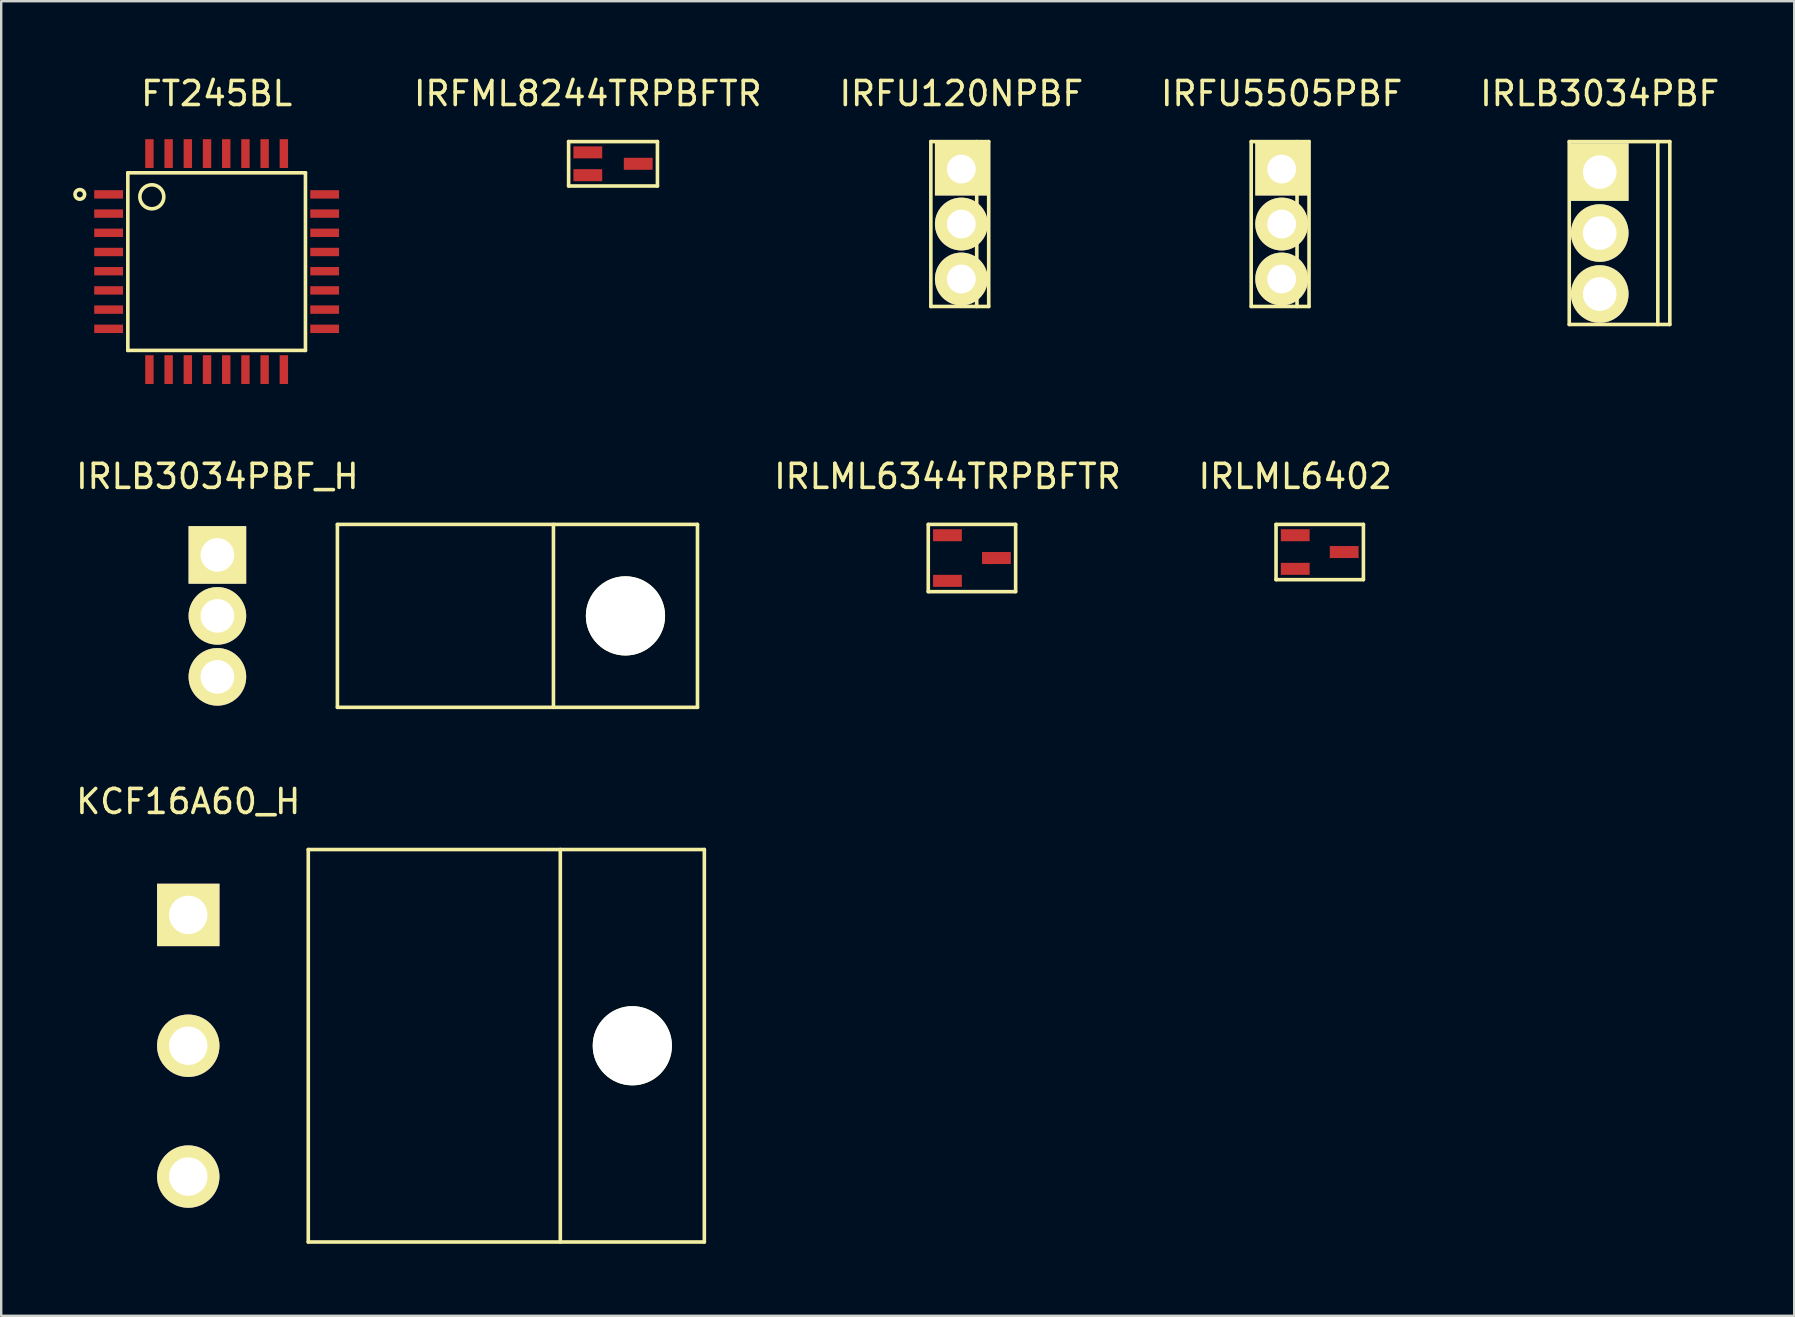
<source format=kicad_pcb>
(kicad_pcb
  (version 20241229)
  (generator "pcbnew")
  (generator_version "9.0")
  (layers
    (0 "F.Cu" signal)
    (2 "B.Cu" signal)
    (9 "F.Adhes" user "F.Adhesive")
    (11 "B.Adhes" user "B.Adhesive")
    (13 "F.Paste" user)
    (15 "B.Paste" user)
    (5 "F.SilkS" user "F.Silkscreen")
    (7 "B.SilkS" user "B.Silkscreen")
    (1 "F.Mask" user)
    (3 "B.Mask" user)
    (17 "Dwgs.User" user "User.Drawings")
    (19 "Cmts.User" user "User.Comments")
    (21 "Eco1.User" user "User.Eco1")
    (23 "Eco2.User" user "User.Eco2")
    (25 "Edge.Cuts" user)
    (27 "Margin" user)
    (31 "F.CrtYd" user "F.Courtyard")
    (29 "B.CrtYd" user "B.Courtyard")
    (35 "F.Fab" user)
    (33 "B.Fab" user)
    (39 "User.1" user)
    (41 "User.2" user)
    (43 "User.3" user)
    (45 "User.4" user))
  (footprint "KCF16A60_H"
    (layer "F.Cu")
    (at 4.792 35.065)
    (property "Reference" "KCF16A60_H" (at 0 -4.725 0) (layer "F.SilkS") (effects (font (size 1 1) (thickness 0.15))))
    (attr through_hole)
    (fp_line (start 5 -2.725) (end 5 13.625) (stroke (width 0.15) (type solid)) (layer "F.SilkS"))
    (fp_line (start 5 -2.725) (end 21.5 -2.725) (stroke (width 0.15) (type solid)) (layer "F.SilkS"))
    (fp_line (start 5 13.625) (end 21.5 13.625) (stroke (width 0.15) (type solid)) (layer "F.SilkS"))
    (fp_line (start 15.5 -2.725) (end 15.5 13.625) (stroke (width 0.15) (type solid)) (layer "F.SilkS"))
    (fp_line (start 21.5 -2.725) (end 21.5 13.625) (stroke (width 0.15) (type solid)) (layer "F.SilkS"))
    (pad "" np_thru_hole circle (at 18.5 5.45) (size 3.3 3.3) (drill 3.3) (layers "*.Cu" "*.Mask" "F.SilkS"))
    (pad "1" thru_hole rect (at 0 0) (size 2.6 2.6) (drill 1.6) (layers "*.Cu" "*.Mask" "F.SilkS"))
    (pad "2" thru_hole circle (at 0 5.45) (size 2.6 2.6) (drill 1.6) (layers "*.Cu" "*.Mask" "F.SilkS"))
    (pad "3" thru_hole circle (at 0 10.9) (size 2.6 2.6) (drill 1.6) (layers "*.Cu" "*.Mask" "F.SilkS")))
  (footprint "IRLML6402"
    (layer "F.Cu")
    (at 50.908 19.247)
    (property "Reference" "IRLML6402" (at 0 -2.45 0) (layer "F.SilkS") (effects (font (size 1 1) (thickness 0.15))))
    (attr through_hole)
    (fp_line (start -0.8 -0.45) (end -0.8 1.85) (stroke (width 0.15) (type solid)) (layer "F.SilkS"))
    (fp_line (start -0.8 -0.45) (end 2.84 -0.45) (stroke (width 0.15) (type solid)) (layer "F.SilkS"))
    (fp_line (start -0.8 1.85) (end 2.84 1.85) (stroke (width 0.15) (type solid)) (layer "F.SilkS"))
    (fp_line (start 2.84 1.85) (end 2.84 -0.45) (stroke (width 0.15) (type solid)) (layer "F.SilkS"))
    (pad "1" smd rect (at 0 0) (size 1.2 0.5) (layers "F.Cu" "F.Mask" "F.Paste"))
    (pad "2" smd rect (at 0 1.4) (size 1.2 0.5) (layers "F.Cu" "F.Mask" "F.Paste"))
    (pad "3" smd rect (at 2.04 0.7) (size 1.2 0.5) (layers "F.Cu" "F.Mask" "F.Paste")))
  (footprint "IRLML6344TRPBFTR"
    (layer "F.Cu")
    (at 36.42 19.247)
    (property "Reference" "IRLML6344TRPBFTR" (at 0 -2.45 0) (layer "F.SilkS") (effects (font (size 1 1) (thickness 0.15))))
    (attr through_hole)
    (fp_line (start -0.8 -0.45) (end -0.8 2.35) (stroke (width 0.15) (type solid)) (layer "F.SilkS"))
    (fp_line (start -0.8 -0.45) (end 2.84 -0.45) (stroke (width 0.15) (type solid)) (layer "F.SilkS"))
    (fp_line (start -0.8 2.35) (end 2.84 2.35) (stroke (width 0.15) (type solid)) (layer "F.SilkS"))
    (fp_line (start 2.84 2.35) (end 2.84 -0.45) (stroke (width 0.15) (type solid)) (layer "F.SilkS"))
    (pad "1" smd rect (at 0 0) (size 1.2 0.5) (layers "F.Cu" "F.Mask" "F.Paste"))
    (pad "2" smd rect (at 0 1.9) (size 1.2 0.5) (layers "F.Cu" "F.Mask" "F.Paste"))
    (pad "3" smd rect (at 2.04 0.95) (size 1.2 0.5) (layers "F.Cu" "F.Mask" "F.Paste")))
  (footprint "IRFU120NPBF"
    (layer "F.Cu")
    (at 36.998 3.993)
    (property "Reference" "IRFU120NPBF" (at 0 -3.145 0) (layer "F.SilkS") (effects (font (size 1 1) (thickness 0.15))))
    (attr through_hole)
    (fp_line (start -1.27 -1.145) (end -1.27 5.725) (stroke (width 0.15) (type solid)) (layer "F.SilkS"))
    (fp_line (start -1.27 -1.145) (end 1.14 -1.145) (stroke (width 0.15) (type solid)) (layer "F.SilkS"))
    (fp_line (start -1.27 5.725) (end 1.14 5.725) (stroke (width 0.15) (type solid)) (layer "F.SilkS"))
    (fp_line (start 0.64 -1.145) (end 0.64 5.725) (stroke (width 0.15) (type solid)) (layer "F.SilkS"))
    (fp_line (start 1.14 -1.145) (end 1.14 5.725) (stroke (width 0.15) (type solid)) (layer "F.SilkS"))
    (pad "1" thru_hole rect (at 0 0) (size 2.2 2.2) (drill 1.2) (layers "*.Cu" "*.Mask" "F.SilkS"))
    (pad "2" thru_hole circle (at 0 2.29) (size 2.2 2.2) (drill 1.2) (layers "*.Cu" "*.Mask" "F.SilkS"))
    (pad "3" thru_hole circle (at 0 4.58) (size 2.2 2.2) (drill 1.2) (layers "*.Cu" "*.Mask" "F.SilkS")))
  (footprint "IRLB3034PBF_H"
    (layer "F.Cu")
    (at 6.006 20.067)
    (property "Reference" "IRLB3034PBF_H" (at 0 -3.27 0) (layer "F.SilkS") (effects (font (size 1 1) (thickness 0.15))))
    (attr through_hole)
    (fp_line (start 5 -1.27) (end 5 6.35) (stroke (width 0.15) (type solid)) (layer "F.SilkS"))
    (fp_line (start 5 -1.27) (end 20 -1.27) (stroke (width 0.15) (type solid)) (layer "F.SilkS"))
    (fp_line (start 5 6.35) (end 20 6.35) (stroke (width 0.15) (type solid)) (layer "F.SilkS"))
    (fp_line (start 14 -1.27) (end 14 6.35) (stroke (width 0.15) (type solid)) (layer "F.SilkS"))
    (fp_line (start 20 -1.27) (end 20 6.35) (stroke (width 0.15) (type solid)) (layer "F.SilkS"))
    (pad "" np_thru_hole circle (at 17 2.54) (size 3.3 3.3) (drill 3.3) (layers "*.Cu" "*.Mask" "F.SilkS"))
    (pad "1" thru_hole rect (at 0 0) (size 2.4 2.4) (drill 1.4) (layers "*.Cu" "*.Mask" "F.SilkS"))
    (pad "2" thru_hole circle (at 0 2.54) (size 2.4 2.4) (drill 1.4) (layers "*.Cu" "*.Mask" "F.SilkS"))
    (pad "3" thru_hole circle (at 0 5.08) (size 2.4 2.4) (drill 1.4) (layers "*.Cu" "*.Mask" "F.SilkS")))
  (footprint "IRFML8244TRPBFTR"
    (layer "F.Cu")
    (at 21.438 3.298)
    (property "Reference" "IRFML8244TRPBFTR" (at 0 -2.45 0) (layer "F.SilkS") (effects (font (size 1 1) (thickness 0.15))))
    (attr through_hole)
    (fp_line (start -0.8 -0.45) (end -0.8 1.4) (stroke (width 0.15) (type solid)) (layer "F.SilkS"))
    (fp_line (start -0.8 -0.45) (end 2.9 -0.45) (stroke (width 0.15) (type solid)) (layer "F.SilkS"))
    (fp_line (start -0.8 1.4) (end 2.9 1.4) (stroke (width 0.15) (type solid)) (layer "F.SilkS"))
    (fp_line (start 2.9 1.4) (end 2.9 -0.45) (stroke (width 0.15) (type solid)) (layer "F.SilkS"))
    (pad "1" smd rect (at 0 0) (size 1.2 0.5) (layers "F.Cu" "F.Mask" "F.Paste"))
    (pad "2" smd rect (at 0 0.95) (size 1.2 0.5) (layers "F.Cu" "F.Mask" "F.Paste"))
    (pad "3" smd rect (at 2.1 0.475) (size 1.2 0.5) (layers "F.Cu" "F.Mask" "F.Paste")))
  (footprint "IRFU5505PBF"
    (layer "F.Cu")
    (at 50.343 3.993)
    (property "Reference" "IRFU5505PBF" (at 0 -3.145 0) (layer "F.SilkS") (effects (font (size 1 1) (thickness 0.15))))
    (attr through_hole)
    (fp_line (start -1.27 -1.145) (end -1.27 5.725) (stroke (width 0.15) (type solid)) (layer "F.SilkS"))
    (fp_line (start -1.27 -1.145) (end 1.14 -1.145) (stroke (width 0.15) (type solid)) (layer "F.SilkS"))
    (fp_line (start -1.27 5.725) (end 1.14 5.725) (stroke (width 0.15) (type solid)) (layer "F.SilkS"))
    (fp_line (start 0.64 -1.145) (end 0.64 5.725) (stroke (width 0.15) (type solid)) (layer "F.SilkS"))
    (fp_line (start 1.14 -1.145) (end 1.14 5.725) (stroke (width 0.15) (type solid)) (layer "F.SilkS"))
    (pad "1" thru_hole rect (at 0 0) (size 2.2 2.2) (drill 1.2) (layers "*.Cu" "*.Mask" "F.SilkS"))
    (pad "2" thru_hole circle (at 0 2.29) (size 2.2 2.2) (drill 1.2) (layers "*.Cu" "*.Mask" "F.SilkS"))
    (pad "3" thru_hole circle (at 0 4.58) (size 2.2 2.2) (drill 1.2) (layers "*.Cu" "*.Mask" "F.SilkS")))
  (footprint "FT245BL"
    (layer "F.Cu")
    (at 1.475 3.348)
    (property "Reference" "FT245BL" (at 4.5 -2.5 0) (layer "F.SilkS") (effects (font (size 1 1) (thickness 0.15))))
    (attr through_hole)
    (fp_line (start 0.8 0.8) (end 0.8 8.2) (stroke (width 0.15) (type solid)) (layer "F.SilkS"))
    (fp_line (start 0.8 0.8) (end 8.2 0.8) (stroke (width 0.15) (type solid)) (layer "F.SilkS"))
    (fp_line (start 0.8 8.2) (end 8.2 8.2) (stroke (width 0.15) (type solid)) (layer "F.SilkS"))
    (fp_line (start 8.2 8.2) (end 8.2 0.8) (stroke (width 0.15) (type solid)) (layer "F.SilkS"))
    (fp_circle (center -1.2 1.7) (end -1.2 1.5) (stroke (width 0.15) (type solid)) (fill no) (layer "F.SilkS"))
    (fp_circle (center 1.8 1.8) (end 1.8 1.3) (stroke (width 0.15) (type solid)) (fill no) (layer "F.SilkS"))
    (pad "1" smd rect (at 0 1.7) (size 1.2 0.35) (layers "F.Cu" "F.Mask" "F.Paste"))
    (pad "2" smd rect (at 0 2.5) (size 1.2 0.35) (layers "F.Cu" "F.Mask" "F.Paste"))
    (pad "3" smd rect (at 0 3.3) (size 1.2 0.35) (layers "F.Cu" "F.Mask" "F.Paste"))
    (pad "4" smd rect (at 0 4.1) (size 1.2 0.35) (layers "F.Cu" "F.Mask" "F.Paste"))
    (pad "5" smd rect (at 0 4.9) (size 1.2 0.35) (layers "F.Cu" "F.Mask" "F.Paste"))
    (pad "6" smd rect (at 0 5.7) (size 1.2 0.35) (layers "F.Cu" "F.Mask" "F.Paste"))
    (pad "7" smd rect (at 0 6.5) (size 1.2 0.35) (layers "F.Cu" "F.Mask" "F.Paste"))
    (pad "8" smd rect (at 0 7.3) (size 1.2 0.35) (layers "F.Cu" "F.Mask" "F.Paste"))
    (pad "9" smd rect (at 1.7 9) (size 0.35 1.2) (layers "F.Cu" "F.Mask" "F.Paste"))
    (pad "10" smd rect (at 2.5 9) (size 0.35 1.2) (layers "F.Cu" "F.Mask" "F.Paste"))
    (pad "11" smd rect (at 3.3 9) (size 0.35 1.2) (layers "F.Cu" "F.Mask" "F.Paste"))
    (pad "12" smd rect (at 4.1 9) (size 0.35 1.2) (layers "F.Cu" "F.Mask" "F.Paste"))
    (pad "13" smd rect (at 4.9 9) (size 0.35 1.2) (layers "F.Cu" "F.Mask" "F.Paste"))
    (pad "14" smd rect (at 5.7 9) (size 0.35 1.2) (layers "F.Cu" "F.Mask" "F.Paste"))
    (pad "15" smd rect (at 6.5 9) (size 0.35 1.2) (layers "F.Cu" "F.Mask" "F.Paste"))
    (pad "16" smd rect (at 7.3 9) (size 0.35 1.2) (layers "F.Cu" "F.Mask" "F.Paste"))
    (pad "17" smd rect (at 9 7.3) (size 1.2 0.35) (layers "F.Cu" "F.Mask" "F.Paste"))
    (pad "18" smd rect (at 9 6.5) (size 1.2 0.35) (layers "F.Cu" "F.Mask" "F.Paste"))
    (pad "19" smd rect (at 9 5.7) (size 1.2 0.35) (layers "F.Cu" "F.Mask" "F.Paste"))
    (pad "20" smd rect (at 9 4.9) (size 1.2 0.35) (layers "F.Cu" "F.Mask" "F.Paste"))
    (pad "21" smd rect (at 9 4.1) (size 1.2 0.35) (layers "F.Cu" "F.Mask" "F.Paste"))
    (pad "22" smd rect (at 9 3.3) (size 1.2 0.35) (layers "F.Cu" "F.Mask" "F.Paste"))
    (pad "23" smd rect (at 9 2.5) (size 1.2 0.35) (layers "F.Cu" "F.Mask" "F.Paste"))
    (pad "24" smd rect (at 9 1.7) (size 1.2 0.35) (layers "F.Cu" "F.Mask" "F.Paste"))
    (pad "25" smd rect (at 7.3 0) (size 0.35 1.2) (layers "F.Cu" "F.Mask" "F.Paste"))
    (pad "26" smd rect (at 6.5 0) (size 0.35 1.2) (layers "F.Cu" "F.Mask" "F.Paste"))
    (pad "27" smd rect (at 5.7 0) (size 0.35 1.2) (layers "F.Cu" "F.Mask" "F.Paste"))
    (pad "28" smd rect (at 4.9 0) (size 0.35 1.2) (layers "F.Cu" "F.Mask" "F.Paste"))
    (pad "29" smd rect (at 4.1 0) (size 0.35 1.2) (layers "F.Cu" "F.Mask" "F.Paste"))
    (pad "30" smd rect (at 3.3 0) (size 0.35 1.2) (layers "F.Cu" "F.Mask" "F.Paste"))
    (pad "31" smd rect (at 2.5 0) (size 0.35 1.2) (layers "F.Cu" "F.Mask" "F.Paste"))
    (pad "32" smd rect (at 1.7 0) (size 0.35 1.2) (layers "F.Cu" "F.Mask" "F.Paste")))
  (footprint "IRLB3034PBF"
    (layer "F.Cu")
    (at 63.593 4.118)
    (property "Reference" "IRLB3034PBF" (at 0 -3.27 0) (layer "F.SilkS") (effects (font (size 1 1) (thickness 0.15))))
    (attr through_hole)
    (fp_line (start -1.27 -1.27) (end -1.27 6.35) (stroke (width 0.15) (type solid)) (layer "F.SilkS"))
    (fp_line (start -1.27 -1.27) (end 2.92 -1.27) (stroke (width 0.15) (type solid)) (layer "F.SilkS"))
    (fp_line (start -1.27 6.35) (end 2.92 6.35) (stroke (width 0.15) (type solid)) (layer "F.SilkS"))
    (fp_line (start 2.42 -1.27) (end 2.42 6.35) (stroke (width 0.15) (type solid)) (layer "F.SilkS"))
    (fp_line (start 2.92 -1.27) (end 2.92 6.35) (stroke (width 0.15) (type solid)) (layer "F.SilkS"))
    (pad "1" thru_hole rect (at 0 0) (size 2.4 2.4) (drill 1.4) (layers "*.Cu" "*.Mask" "F.SilkS"))
    (pad "2" thru_hole circle (at 0 2.54) (size 2.4 2.4) (drill 1.4) (layers "*.Cu" "*.Mask" "F.SilkS"))
    (pad "3" thru_hole circle (at 0 5.08) (size 2.4 2.4) (drill 1.4) (layers "*.Cu" "*.Mask" "F.SilkS")))
  (gr_rect
    (start -3 -3)
    (end 71.694 51.765)
    (stroke (width 0.1) (type default))
    (fill no)
    (layer "Edge.Cuts")))
</source>
